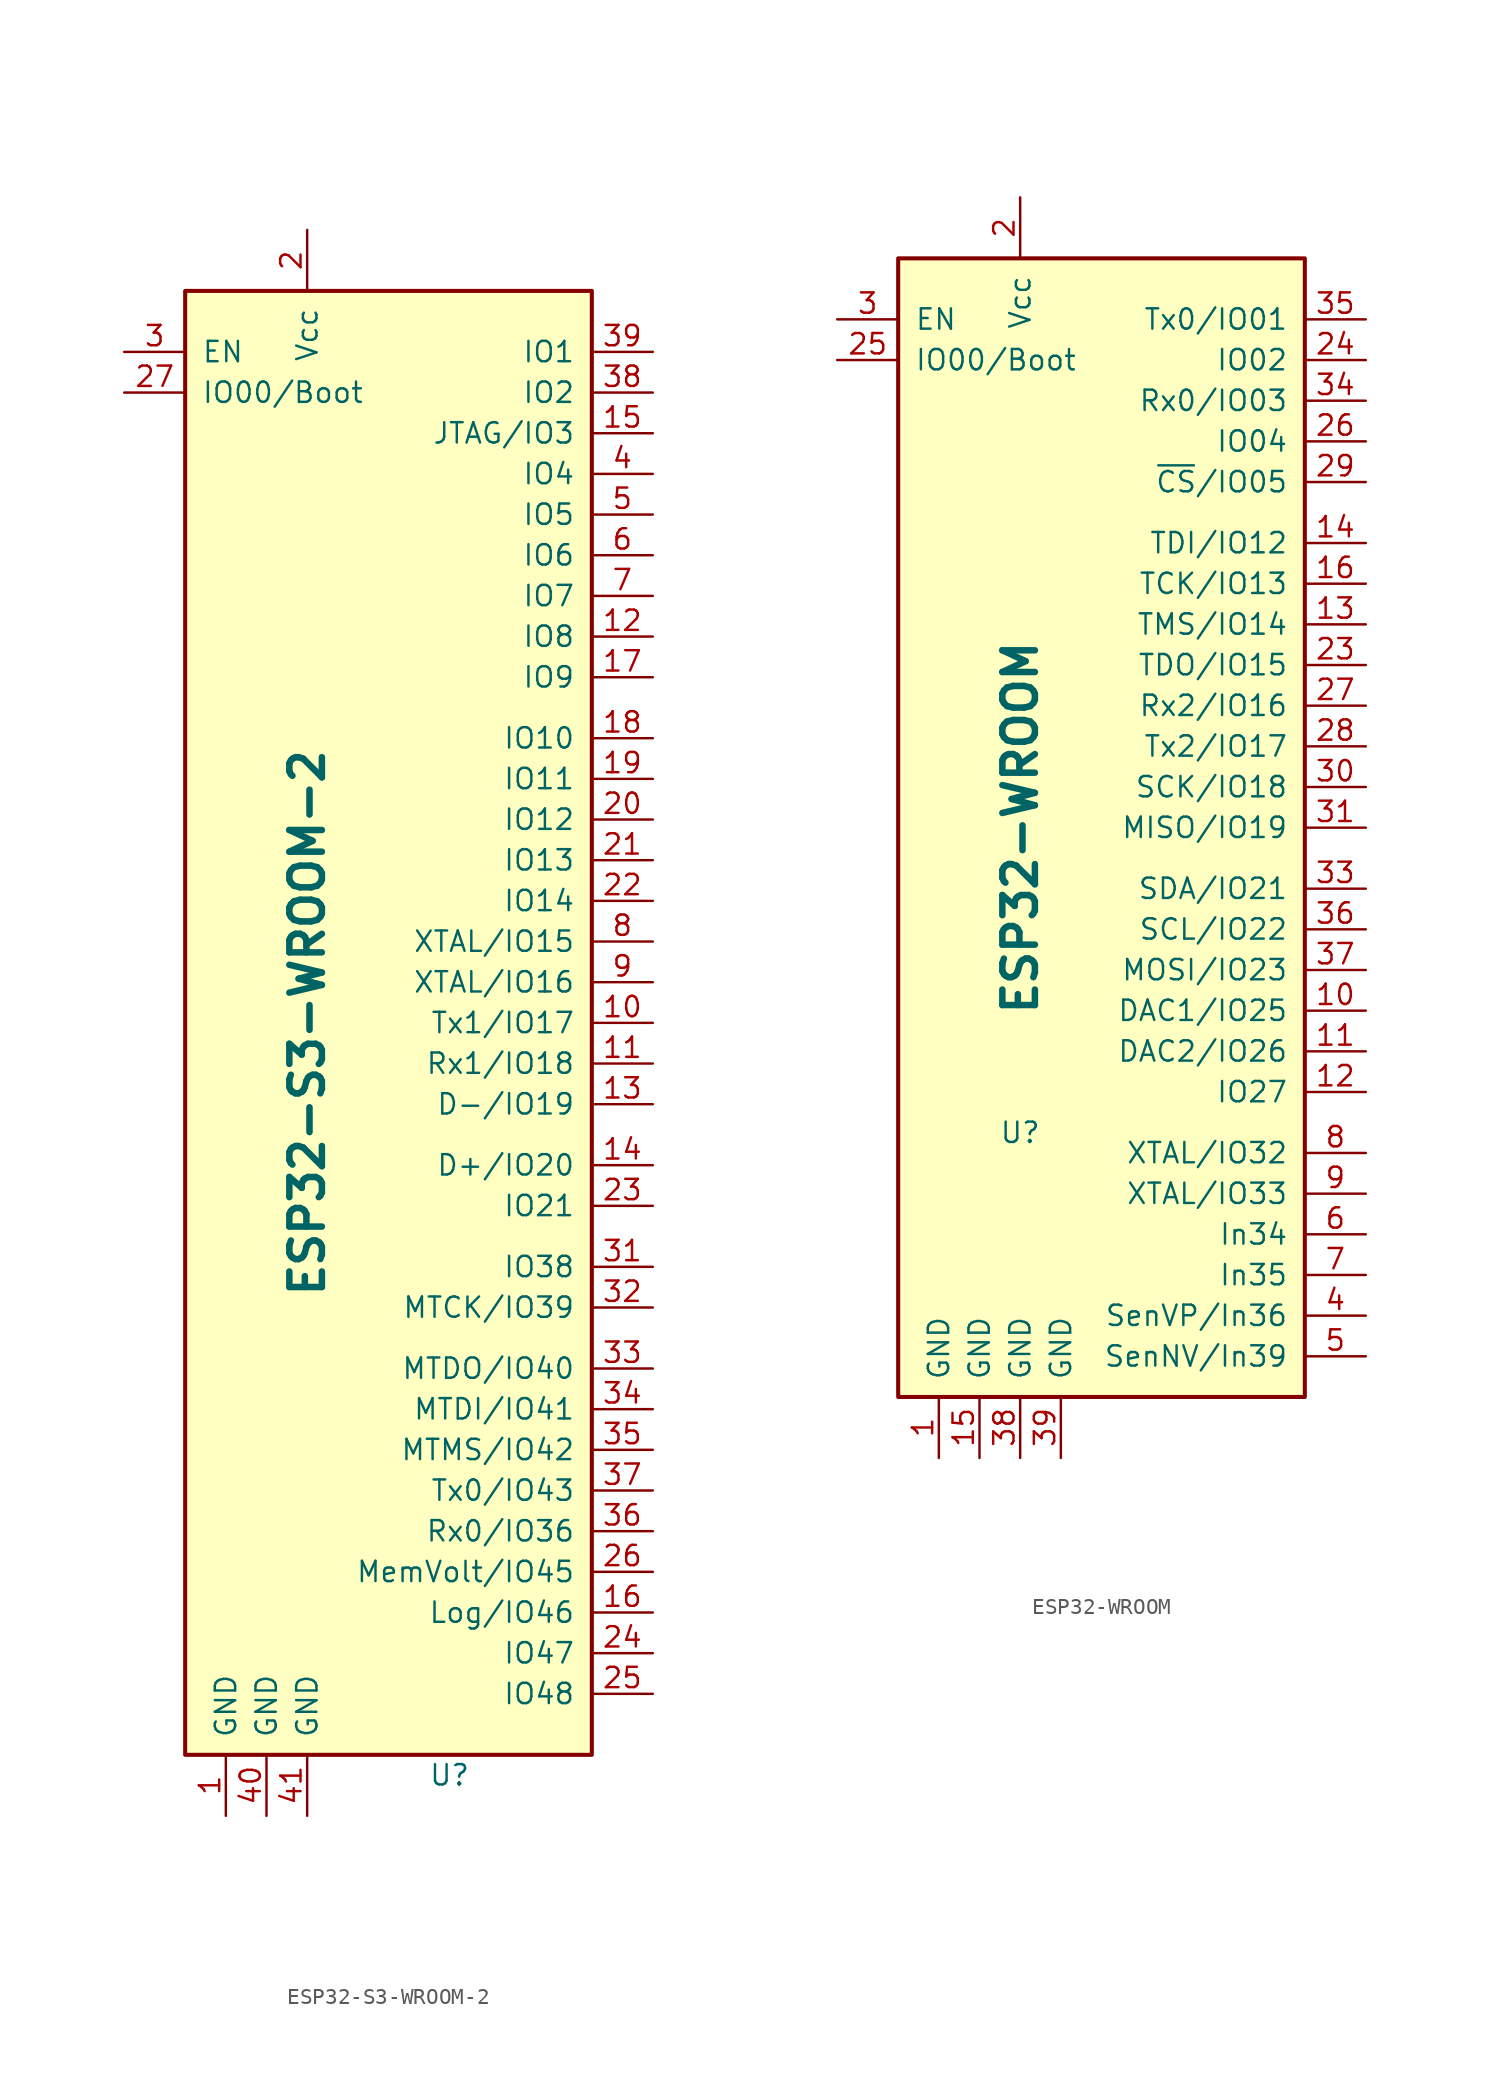
<source format=kicad_sym>
(kicad_symbol_lib
  (version 20231120)
  (generator "kicad_symbol_editor")
  (generator_version "8.0")
  (symbol "ESP32-S3-WROOM-2"
    (pin_names
      (offset 1.016))
    (property "Reference" "U"
      (at 8.89 -46.99 0)
      (effects (font (size 1.27 1.27))))
    (property "Value" "ESP32-S3-WROOM-2"
      (at 0 0 90)
      (effects (font (size 2.032 2.032) (bold yes))))
    (symbol "ESP32-S3-WROOM-2_0_1"
      (rectangle (start -7.62 45.72) (end 17.78 -45.72) (stroke (width 0.254) (type default)) (fill (type background))))
    (symbol "ESP32-S3-WROOM-2_1_1"
      (pin passive line (at -5.08 -49.53 90) (length 3.81) (name "GND" (effects (font (size 1.27 1.27)))) (number "1" (effects (font (size 1.27 1.27)))))
      (pin passive line (at 21.59 0 180) (length 3.81) (name "Tx1/IO17" (effects (font (size 1.27 1.27)))) (number "10" (effects (font (size 1.27 1.27)))))
      (pin passive line (at 21.59 -2.54 180) (length 3.81) (name "Rx1/IO18" (effects (font (size 1.27 1.27)))) (number "11" (effects (font (size 1.27 1.27)))))
      (pin passive line (at 21.59 24.13 180) (length 3.81) (name "IO8" (effects (font (size 1.27 1.27)))) (number "12" (effects (font (size 1.27 1.27)))))
      (pin passive line (at 21.59 -5.08 180) (length 3.81) (name "D-/IO19" (effects (font (size 1.27 1.27)))) (number "13" (effects (font (size 1.27 1.27)))))
      (pin passive line (at 21.59 -8.89 180) (length 3.81) (name "D+/IO20" (effects (font (size 1.27 1.27)))) (number "14" (effects (font (size 1.27 1.27)))))
      (pin passive line (at 21.59 36.83 180) (length 3.81) (name "JTAG/IO3" (effects (font (size 1.27 1.27)))) (number "15" (effects (font (size 1.27 1.27)))))
      (pin passive line (at 21.59 -36.83 180) (length 3.81) (name "Log/IO46" (effects (font (size 1.27 1.27)))) (number "16" (effects (font (size 1.27 1.27)))))
      (pin passive line (at 21.59 21.59 180) (length 3.81) (name "IO9" (effects (font (size 1.27 1.27)))) (number "17" (effects (font (size 1.27 1.27)))))
      (pin passive line (at 21.59 17.78 180) (length 3.81) (name "IO10" (effects (font (size 1.27 1.27)))) (number "18" (effects (font (size 1.27 1.27)))))
      (pin passive line (at 21.59 15.24 180) (length 3.81) (name "IO11" (effects (font (size 1.27 1.27)))) (number "19" (effects (font (size 1.27 1.27)))))
      (pin passive line (at 0 49.53 270) (length 3.81) (name "Vcc" (effects (font (size 1.27 1.27)))) (number "2" (effects (font (size 1.27 1.27)))))
      (pin passive line (at 21.59 12.7 180) (length 3.81) (name "IO12" (effects (font (size 1.27 1.27)))) (number "20" (effects (font (size 1.27 1.27)))))
      (pin passive line (at 21.59 10.16 180) (length 3.81) (name "IO13" (effects (font (size 1.27 1.27)))) (number "21" (effects (font (size 1.27 1.27)))))
      (pin passive line (at 21.59 7.62 180) (length 3.81) (name "IO14" (effects (font (size 1.27 1.27)))) (number "22" (effects (font (size 1.27 1.27)))))
      (pin passive line (at 21.59 -11.43 180) (length 3.81) (name "IO21" (effects (font (size 1.27 1.27)))) (number "23" (effects (font (size 1.27 1.27)))))
      (pin passive line (at 21.59 -39.37 180) (length 3.81) (name "IO47" (effects (font (size 1.27 1.27)))) (number "24" (effects (font (size 1.27 1.27)))))
      (pin passive line (at 21.59 -41.91 180) (length 3.81) (name "IO48" (effects (font (size 1.27 1.27)))) (number "25" (effects (font (size 1.27 1.27)))))
      (pin passive line (at 21.59 -34.29 180) (length 3.81) (name "MemVolt/IO45" (effects (font (size 1.27 1.27)))) (number "26" (effects (font (size 1.27 1.27)))))
      (pin passive line (at -11.43 39.37 0) (length 3.81) (name "IO00/Boot" (effects (font (size 1.27 1.27)))) (number "27" (effects (font (size 1.27 1.27)))))
      (pin passive line (at -11.43 41.91 0) (length 3.81) (name "EN" (effects (font (size 1.27 1.27)))) (number "3" (effects (font (size 1.27 1.27)))))
      (pin passive line (at 21.59 -15.24 180) (length 3.81) (name "IO38" (effects (font (size 1.27 1.27)))) (number "31" (effects (font (size 1.27 1.27)))))
      (pin passive line (at 21.59 -17.78 180) (length 3.81) (name "MTCK/IO39" (effects (font (size 1.27 1.27)))) (number "32" (effects (font (size 1.27 1.27)))))
      (pin passive line (at 21.59 -21.59 180) (length 3.81) (name "MTDO/IO40" (effects (font (size 1.27 1.27)))) (number "33" (effects (font (size 1.27 1.27)))))
      (pin passive line (at 21.59 -24.13 180) (length 3.81) (name "MTDI/IO41" (effects (font (size 1.27 1.27)))) (number "34" (effects (font (size 1.27 1.27)))))
      (pin passive line (at 21.59 -26.67 180) (length 3.81) (name "MTMS/IO42" (effects (font (size 1.27 1.27)))) (number "35" (effects (font (size 1.27 1.27)))))
      (pin passive line (at 21.59 -31.75 180) (length 3.81) (name "Rx0/IO36" (effects (font (size 1.27 1.27)))) (number "36" (effects (font (size 1.27 1.27)))))
      (pin passive line (at 21.59 -29.21 180) (length 3.81) (name "Tx0/IO43" (effects (font (size 1.27 1.27)))) (number "37" (effects (font (size 1.27 1.27)))))
      (pin passive line (at 21.59 39.37 180) (length 3.81) (name "IO2" (effects (font (size 1.27 1.27)))) (number "38" (effects (font (size 1.27 1.27)))))
      (pin passive line (at 21.59 41.91 180) (length 3.81) (name "IO1" (effects (font (size 1.27 1.27)))) (number "39" (effects (font (size 1.27 1.27)))))
      (pin passive line (at 21.59 34.29 180) (length 3.81) (name "IO4" (effects (font (size 1.27 1.27)))) (number "4" (effects (font (size 1.27 1.27)))))
      (pin passive line (at -2.54 -49.53 90) (length 3.81) (name "GND" (effects (font (size 1.27 1.27)))) (number "40" (effects (font (size 1.27 1.27)))))
      (pin passive line (at 0 -49.53 90) (length 3.81) (name "GND" (effects (font (size 1.27 1.27)))) (number "41" (effects (font (size 1.27 1.27)))))
      (pin passive line (at 21.59 31.75 180) (length 3.81) (name "IO5" (effects (font (size 1.27 1.27)))) (number "5" (effects (font (size 1.27 1.27)))))
      (pin passive line (at 21.59 29.21 180) (length 3.81) (name "IO6" (effects (font (size 1.27 1.27)))) (number "6" (effects (font (size 1.27 1.27)))))
      (pin passive line (at 21.59 26.67 180) (length 3.81) (name "IO7" (effects (font (size 1.27 1.27)))) (number "7" (effects (font (size 1.27 1.27)))))
      (pin passive line (at 21.59 5.08 180) (length 3.81) (name "XTAL/IO15" (effects (font (size 1.27 1.27)))) (number "8" (effects (font (size 1.27 1.27)))))
      (pin passive line (at 21.59 2.54 180) (length 3.81) (name "XTAL/IO16" (effects (font (size 1.27 1.27)))) (number "9" (effects (font (size 1.27 1.27)))))))
  (symbol "ESP32-WROOM"
    (pin_names
      (offset 1.016))
    (property "Reference" "U"
      (at 0 -19.05 0)
      (effects (font (size 1.27 1.27))))
    (property "Value" "ESP32-WROOM"
      (at 0 0 90)
      (effects (font (size 2.032 2.032) (bold yes))))
    (symbol "ESP32-WROOM_0_1"
      (rectangle (start -7.62 35.56) (end 17.78 -35.56) (stroke (width 0.254) (type default)) (fill (type background))))
    (symbol "ESP32-WROOM_1_1"
      (pin passive line (at -5.08 -39.37 90) (length 3.81) (name "GND" (effects (font (size 1.27 1.27)))) (number "1" (effects (font (size 1.27 1.27)))))
      (pin passive line (at 21.59 -11.43 180) (length 3.81) (name "DAC1/IO25" (effects (font (size 1.27 1.27)))) (number "10" (effects (font (size 1.27 1.27)))))
      (pin passive line (at 21.59 -13.97 180) (length 3.81) (name "DAC2/IO26" (effects (font (size 1.27 1.27)))) (number "11" (effects (font (size 1.27 1.27)))))
      (pin passive line (at 21.59 -16.51 180) (length 3.81) (name "IO27" (effects (font (size 1.27 1.27)))) (number "12" (effects (font (size 1.27 1.27)))))
      (pin passive line (at 21.59 12.7 180) (length 3.81) (name "TMS/IO14" (effects (font (size 1.27 1.27)))) (number "13" (effects (font (size 1.27 1.27)))))
      (pin passive line (at 21.59 17.78 180) (length 3.81) (name "TDI/IO12" (effects (font (size 1.27 1.27)))) (number "14" (effects (font (size 1.27 1.27)))))
      (pin passive line (at -2.54 -39.37 90) (length 3.81) (name "GND" (effects (font (size 1.27 1.27)))) (number "15" (effects (font (size 1.27 1.27)))))
      (pin passive line (at 21.59 15.24 180) (length 3.81) (name "TCK/IO13" (effects (font (size 1.27 1.27)))) (number "16" (effects (font (size 1.27 1.27)))))
      (pin passive line (at 0 39.37 270) (length 3.81) (name "Vcc" (effects (font (size 1.27 1.27)))) (number "2" (effects (font (size 1.27 1.27)))))
      (pin passive line (at 21.59 10.16 180) (length 3.81) (name "TDO/IO15" (effects (font (size 1.27 1.27)))) (number "23" (effects (font (size 1.27 1.27)))))
      (pin passive line (at 21.59 29.21 180) (length 3.81) (name "IO02" (effects (font (size 1.27 1.27)))) (number "24" (effects (font (size 1.27 1.27)))))
      (pin passive line (at -11.43 29.21 0) (length 3.81) (name "IO00/Boot" (effects (font (size 1.27 1.27)))) (number "25" (effects (font (size 1.27 1.27)))))
      (pin passive line (at 21.59 24.13 180) (length 3.81) (name "IO04" (effects (font (size 1.27 1.27)))) (number "26" (effects (font (size 1.27 1.27)))))
      (pin passive line (at 21.59 7.62 180) (length 3.81) (name "Rx2/IO16" (effects (font (size 1.27 1.27)))) (number "27" (effects (font (size 1.27 1.27)))))
      (pin passive line (at 21.59 5.08 180) (length 3.81) (name "Tx2/IO17" (effects (font (size 1.27 1.27)))) (number "28" (effects (font (size 1.27 1.27)))))
      (pin passive line (at 21.59 21.59 180) (length 3.81) (name "~{CS}/IO05" (effects (font (size 1.27 1.27)))) (number "29" (effects (font (size 1.27 1.27)))))
      (pin passive line (at -11.43 31.75 0) (length 3.81) (name "EN" (effects (font (size 1.27 1.27)))) (number "3" (effects (font (size 1.27 1.27)))))
      (pin passive line (at 21.59 2.54 180) (length 3.81) (name "SCK/IO18" (effects (font (size 1.27 1.27)))) (number "30" (effects (font (size 1.27 1.27)))))
      (pin passive line (at 21.59 0 180) (length 3.81) (name "MISO/IO19" (effects (font (size 1.27 1.27)))) (number "31" (effects (font (size 1.27 1.27)))))
      (pin passive line (at 21.59 -3.81 180) (length 3.81) (name "SDA/IO21" (effects (font (size 1.27 1.27)))) (number "33" (effects (font (size 1.27 1.27)))))
      (pin passive line (at 21.59 26.67 180) (length 3.81) (name "Rx0/IO03" (effects (font (size 1.27 1.27)))) (number "34" (effects (font (size 1.27 1.27)))))
      (pin passive line (at 21.59 31.75 180) (length 3.81) (name "Tx0/IO01" (effects (font (size 1.27 1.27)))) (number "35" (effects (font (size 1.27 1.27)))))
      (pin passive line (at 21.59 -6.35 180) (length 3.81) (name "SCL/IO22" (effects (font (size 1.27 1.27)))) (number "36" (effects (font (size 1.27 1.27)))))
      (pin passive line (at 21.59 -8.89 180) (length 3.81) (name "MOSI/IO23" (effects (font (size 1.27 1.27)))) (number "37" (effects (font (size 1.27 1.27)))))
      (pin passive line (at 0 -39.37 90) (length 3.81) (name "GND" (effects (font (size 1.27 1.27)))) (number "38" (effects (font (size 1.27 1.27)))))
      (pin passive line (at 2.54 -39.37 90) (length 3.81) (name "GND" (effects (font (size 1.27 1.27)))) (number "39" (effects (font (size 1.27 1.27)))))
      (pin passive line (at 21.59 -30.48 180) (length 3.81) (name "SenVP/In36" (effects (font (size 1.27 1.27)))) (number "4" (effects (font (size 1.27 1.27)))))
      (pin passive line (at 21.59 -33.02 180) (length 3.81) (name "SenNV/In39" (effects (font (size 1.27 1.27)))) (number "5" (effects (font (size 1.27 1.27)))))
      (pin passive line (at 21.59 -25.4 180) (length 3.81) (name "In34" (effects (font (size 1.27 1.27)))) (number "6" (effects (font (size 1.27 1.27)))))
      (pin passive line (at 21.59 -27.94 180) (length 3.81) (name "In35" (effects (font (size 1.27 1.27)))) (number "7" (effects (font (size 1.27 1.27)))))
      (pin passive line (at 21.59 -20.32 180) (length 3.81) (name "XTAL/IO32" (effects (font (size 1.27 1.27)))) (number "8" (effects (font (size 1.27 1.27)))))
      (pin passive line (at 21.59 -22.86 180) (length 3.81) (name "XTAL/IO33" (effects (font (size 1.27 1.27)))) (number "9" (effects (font (size 1.27 1.27))))))))
</source>
